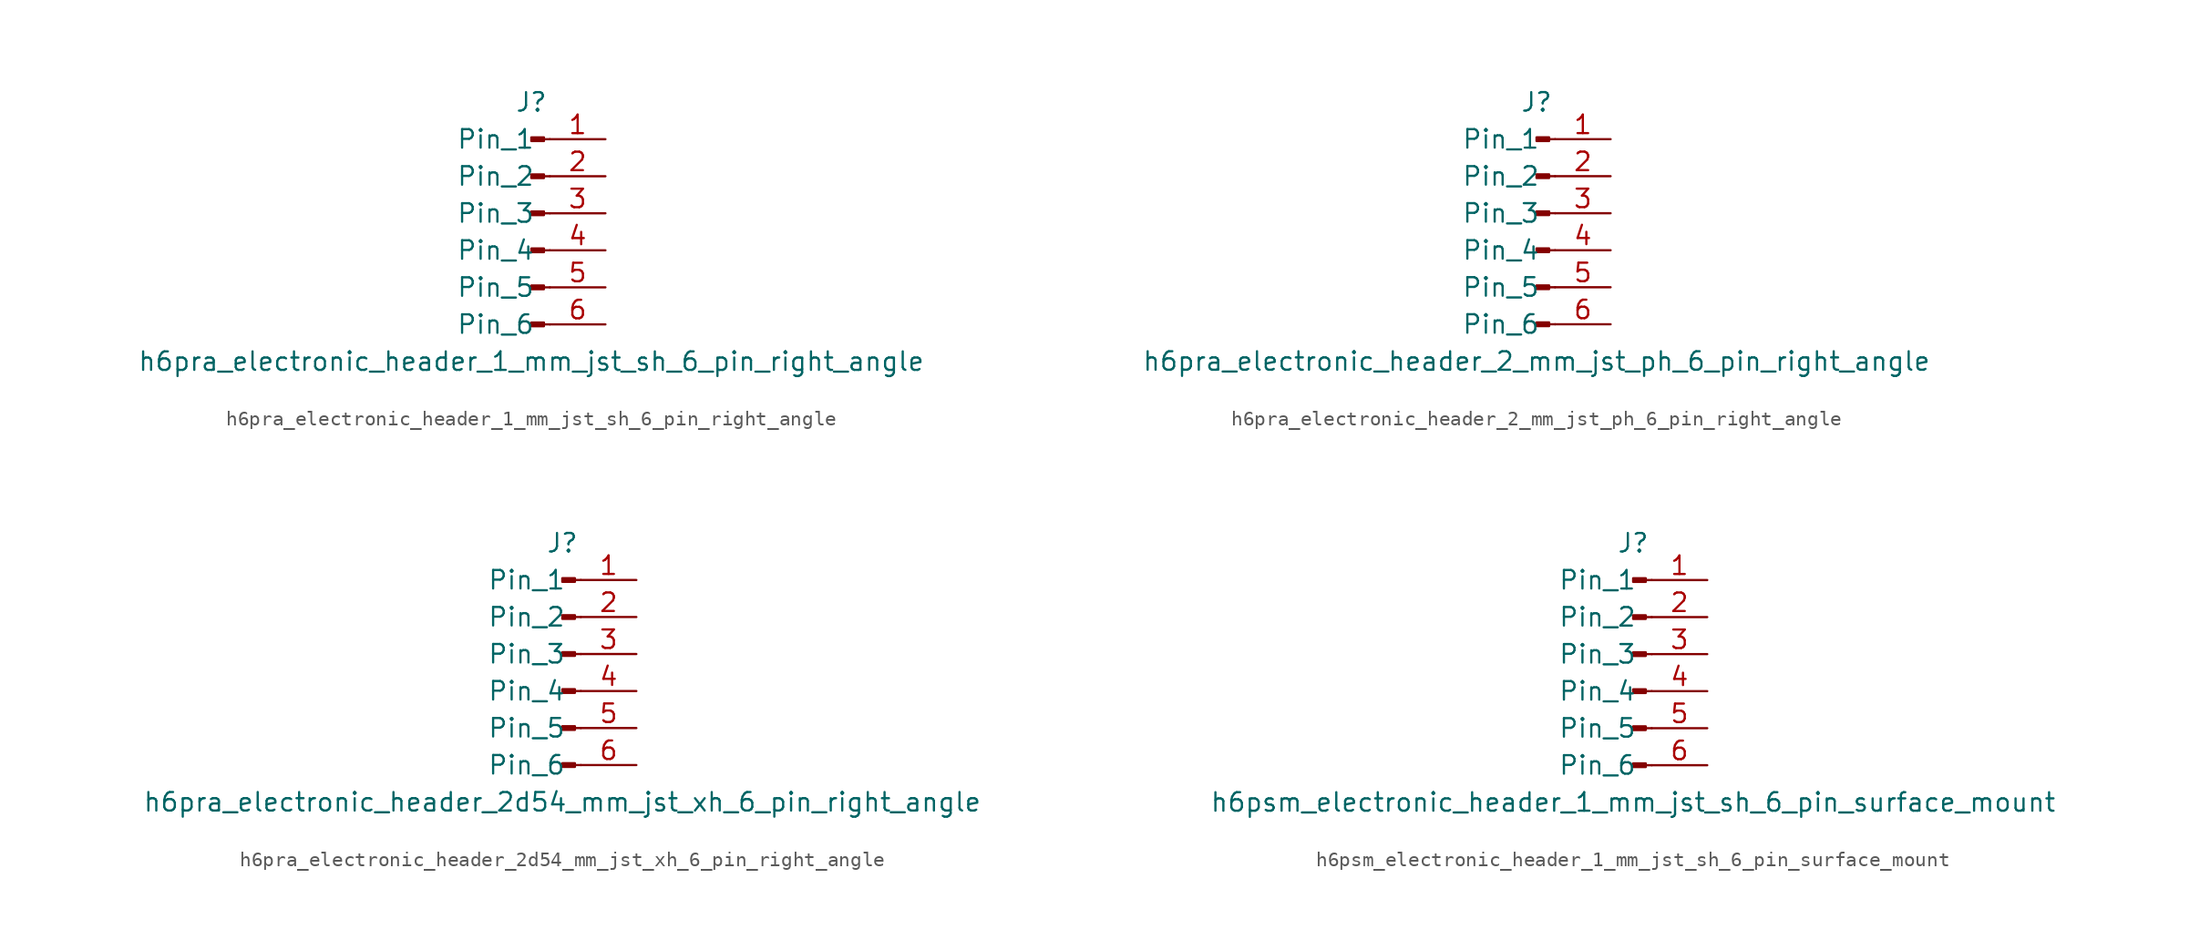
<source format=kicad_sym>
(kicad_symbol_lib
  (version 20220914)
  (generator kicad_symbol_editor)
  (symbol "h6pra_electronic_header_1_mm_jst_sh_6_pin_right_angle"
    (pin_names
      (offset 1.016))
    (property "Reference" "J"
      (at 0 7.62 0)
      (effects (font (size 1.27 1.27))))
    (property "Value" "h6pra_electronic_header_1_mm_jst_sh_6_pin_right_angle"
      (at 0 -10.16 0)
      (effects (font (size 1.27 1.27))))
    (property "ki_locked" ""
      (at 0 0 0)
      (effects (font (size 1.27 1.27))))
    (symbol "h6pra_electronic_header_1_mm_jst_sh_6_pin_right_angle_1_1"
      (polyline (pts (xy 1.27 -7.62) (xy 0.864 -7.62)) (stroke (width 0.152) (type default)) (fill (type none)))
      (polyline (pts (xy 1.27 -5.08) (xy 0.864 -5.08)) (stroke (width 0.152) (type default)) (fill (type none)))
      (polyline (pts (xy 1.27 -2.54) (xy 0.864 -2.54)) (stroke (width 0.152) (type default)) (fill (type none)))
      (polyline (pts (xy 1.27 0) (xy 0.864 0)) (stroke (width 0.152) (type default)) (fill (type none)))
      (polyline (pts (xy 1.27 2.54) (xy 0.864 2.54)) (stroke (width 0.152) (type default)) (fill (type none)))
      (polyline (pts (xy 1.27 5.08) (xy 0.864 5.08)) (stroke (width 0.152) (type default)) (fill (type none)))
      (rectangle (start 0.864 -7.493) (end 0 -7.747) (stroke (width 0.152) (type default)) (fill (type outline)))
      (rectangle (start 0.864 -4.953) (end 0 -5.207) (stroke (width 0.152) (type default)) (fill (type outline)))
      (rectangle (start 0.864 -2.413) (end 0 -2.667) (stroke (width 0.152) (type default)) (fill (type outline)))
      (rectangle (start 0.864 0.127) (end 0 -0.127) (stroke (width 0.152) (type default)) (fill (type outline)))
      (rectangle (start 0.864 2.667) (end 0 2.413) (stroke (width 0.152) (type default)) (fill (type outline)))
      (rectangle (start 0.864 5.207) (end 0 4.953) (stroke (width 0.152) (type default)) (fill (type outline)))
      (pin passive line (at 5.08 5.08 180) (length 3.81) (name "Pin_1" (effects (font (size 1.27 1.27)))) (number "1" (effects (font (size 1.27 1.27)))))
      (pin passive line (at 5.08 2.54 180) (length 3.81) (name "Pin_2" (effects (font (size 1.27 1.27)))) (number "2" (effects (font (size 1.27 1.27)))))
      (pin passive line (at 5.08 0 180) (length 3.81) (name "Pin_3" (effects (font (size 1.27 1.27)))) (number "3" (effects (font (size 1.27 1.27)))))
      (pin passive line (at 5.08 -2.54 180) (length 3.81) (name "Pin_4" (effects (font (size 1.27 1.27)))) (number "4" (effects (font (size 1.27 1.27)))))
      (pin passive line (at 5.08 -5.08 180) (length 3.81) (name "Pin_5" (effects (font (size 1.27 1.27)))) (number "5" (effects (font (size 1.27 1.27)))))
      (pin passive line (at 5.08 -7.62 180) (length 3.81) (name "Pin_6" (effects (font (size 1.27 1.27)))) (number "6" (effects (font (size 1.27 1.27)))))))
  (symbol "h6pra_electronic_header_2_mm_jst_ph_6_pin_right_angle"
    (pin_names
      (offset 1.016))
    (property "Reference" "J"
      (at 0 7.62 0)
      (effects (font (size 1.27 1.27))))
    (property "Value" "h6pra_electronic_header_2_mm_jst_ph_6_pin_right_angle"
      (at 0 -10.16 0)
      (effects (font (size 1.27 1.27))))
    (property "ki_locked" ""
      (at 0 0 0)
      (effects (font (size 1.27 1.27))))
    (symbol "h6pra_electronic_header_2_mm_jst_ph_6_pin_right_angle_1_1"
      (polyline (pts (xy 1.27 -7.62) (xy 0.864 -7.62)) (stroke (width 0.152) (type default)) (fill (type none)))
      (polyline (pts (xy 1.27 -5.08) (xy 0.864 -5.08)) (stroke (width 0.152) (type default)) (fill (type none)))
      (polyline (pts (xy 1.27 -2.54) (xy 0.864 -2.54)) (stroke (width 0.152) (type default)) (fill (type none)))
      (polyline (pts (xy 1.27 0) (xy 0.864 0)) (stroke (width 0.152) (type default)) (fill (type none)))
      (polyline (pts (xy 1.27 2.54) (xy 0.864 2.54)) (stroke (width 0.152) (type default)) (fill (type none)))
      (polyline (pts (xy 1.27 5.08) (xy 0.864 5.08)) (stroke (width 0.152) (type default)) (fill (type none)))
      (rectangle (start 0.864 -7.493) (end 0 -7.747) (stroke (width 0.152) (type default)) (fill (type outline)))
      (rectangle (start 0.864 -4.953) (end 0 -5.207) (stroke (width 0.152) (type default)) (fill (type outline)))
      (rectangle (start 0.864 -2.413) (end 0 -2.667) (stroke (width 0.152) (type default)) (fill (type outline)))
      (rectangle (start 0.864 0.127) (end 0 -0.127) (stroke (width 0.152) (type default)) (fill (type outline)))
      (rectangle (start 0.864 2.667) (end 0 2.413) (stroke (width 0.152) (type default)) (fill (type outline)))
      (rectangle (start 0.864 5.207) (end 0 4.953) (stroke (width 0.152) (type default)) (fill (type outline)))
      (pin passive line (at 5.08 5.08 180) (length 3.81) (name "Pin_1" (effects (font (size 1.27 1.27)))) (number "1" (effects (font (size 1.27 1.27)))))
      (pin passive line (at 5.08 2.54 180) (length 3.81) (name "Pin_2" (effects (font (size 1.27 1.27)))) (number "2" (effects (font (size 1.27 1.27)))))
      (pin passive line (at 5.08 0 180) (length 3.81) (name "Pin_3" (effects (font (size 1.27 1.27)))) (number "3" (effects (font (size 1.27 1.27)))))
      (pin passive line (at 5.08 -2.54 180) (length 3.81) (name "Pin_4" (effects (font (size 1.27 1.27)))) (number "4" (effects (font (size 1.27 1.27)))))
      (pin passive line (at 5.08 -5.08 180) (length 3.81) (name "Pin_5" (effects (font (size 1.27 1.27)))) (number "5" (effects (font (size 1.27 1.27)))))
      (pin passive line (at 5.08 -7.62 180) (length 3.81) (name "Pin_6" (effects (font (size 1.27 1.27)))) (number "6" (effects (font (size 1.27 1.27)))))))
  (symbol "h6pra_electronic_header_2d54_mm_jst_xh_6_pin_right_angle"
    (pin_names
      (offset 1.016))
    (property "Reference" "J"
      (at 0 7.62 0)
      (effects (font (size 1.27 1.27))))
    (property "Value" "h6pra_electronic_header_2d54_mm_jst_xh_6_pin_right_angle"
      (at 0 -10.16 0)
      (effects (font (size 1.27 1.27))))
    (property "ki_locked" ""
      (at 0 0 0)
      (effects (font (size 1.27 1.27))))
    (symbol "h6pra_electronic_header_2d54_mm_jst_xh_6_pin_right_angle_1_1"
      (polyline (pts (xy 1.27 -7.62) (xy 0.864 -7.62)) (stroke (width 0.152) (type default)) (fill (type none)))
      (polyline (pts (xy 1.27 -5.08) (xy 0.864 -5.08)) (stroke (width 0.152) (type default)) (fill (type none)))
      (polyline (pts (xy 1.27 -2.54) (xy 0.864 -2.54)) (stroke (width 0.152) (type default)) (fill (type none)))
      (polyline (pts (xy 1.27 0) (xy 0.864 0)) (stroke (width 0.152) (type default)) (fill (type none)))
      (polyline (pts (xy 1.27 2.54) (xy 0.864 2.54)) (stroke (width 0.152) (type default)) (fill (type none)))
      (polyline (pts (xy 1.27 5.08) (xy 0.864 5.08)) (stroke (width 0.152) (type default)) (fill (type none)))
      (rectangle (start 0.864 -7.493) (end 0 -7.747) (stroke (width 0.152) (type default)) (fill (type outline)))
      (rectangle (start 0.864 -4.953) (end 0 -5.207) (stroke (width 0.152) (type default)) (fill (type outline)))
      (rectangle (start 0.864 -2.413) (end 0 -2.667) (stroke (width 0.152) (type default)) (fill (type outline)))
      (rectangle (start 0.864 0.127) (end 0 -0.127) (stroke (width 0.152) (type default)) (fill (type outline)))
      (rectangle (start 0.864 2.667) (end 0 2.413) (stroke (width 0.152) (type default)) (fill (type outline)))
      (rectangle (start 0.864 5.207) (end 0 4.953) (stroke (width 0.152) (type default)) (fill (type outline)))
      (pin passive line (at 5.08 5.08 180) (length 3.81) (name "Pin_1" (effects (font (size 1.27 1.27)))) (number "1" (effects (font (size 1.27 1.27)))))
      (pin passive line (at 5.08 2.54 180) (length 3.81) (name "Pin_2" (effects (font (size 1.27 1.27)))) (number "2" (effects (font (size 1.27 1.27)))))
      (pin passive line (at 5.08 0 180) (length 3.81) (name "Pin_3" (effects (font (size 1.27 1.27)))) (number "3" (effects (font (size 1.27 1.27)))))
      (pin passive line (at 5.08 -2.54 180) (length 3.81) (name "Pin_4" (effects (font (size 1.27 1.27)))) (number "4" (effects (font (size 1.27 1.27)))))
      (pin passive line (at 5.08 -5.08 180) (length 3.81) (name "Pin_5" (effects (font (size 1.27 1.27)))) (number "5" (effects (font (size 1.27 1.27)))))
      (pin passive line (at 5.08 -7.62 180) (length 3.81) (name "Pin_6" (effects (font (size 1.27 1.27)))) (number "6" (effects (font (size 1.27 1.27)))))))
  (symbol "h6psm_electronic_header_1_mm_jst_sh_6_pin_surface_mount"
    (pin_names
      (offset 1.016))
    (property "Reference" "J"
      (at 0 7.62 0)
      (effects (font (size 1.27 1.27))))
    (property "Value" "h6psm_electronic_header_1_mm_jst_sh_6_pin_surface_mount"
      (at 0 -10.16 0)
      (effects (font (size 1.27 1.27))))
    (property "ki_locked" ""
      (at 0 0 0)
      (effects (font (size 1.27 1.27))))
    (symbol "h6psm_electronic_header_1_mm_jst_sh_6_pin_surface_mount_1_1"
      (polyline (pts (xy 1.27 -7.62) (xy 0.864 -7.62)) (stroke (width 0.152) (type default)) (fill (type none)))
      (polyline (pts (xy 1.27 -5.08) (xy 0.864 -5.08)) (stroke (width 0.152) (type default)) (fill (type none)))
      (polyline (pts (xy 1.27 -2.54) (xy 0.864 -2.54)) (stroke (width 0.152) (type default)) (fill (type none)))
      (polyline (pts (xy 1.27 0) (xy 0.864 0)) (stroke (width 0.152) (type default)) (fill (type none)))
      (polyline (pts (xy 1.27 2.54) (xy 0.864 2.54)) (stroke (width 0.152) (type default)) (fill (type none)))
      (polyline (pts (xy 1.27 5.08) (xy 0.864 5.08)) (stroke (width 0.152) (type default)) (fill (type none)))
      (rectangle (start 0.864 -7.493) (end 0 -7.747) (stroke (width 0.152) (type default)) (fill (type outline)))
      (rectangle (start 0.864 -4.953) (end 0 -5.207) (stroke (width 0.152) (type default)) (fill (type outline)))
      (rectangle (start 0.864 -2.413) (end 0 -2.667) (stroke (width 0.152) (type default)) (fill (type outline)))
      (rectangle (start 0.864 0.127) (end 0 -0.127) (stroke (width 0.152) (type default)) (fill (type outline)))
      (rectangle (start 0.864 2.667) (end 0 2.413) (stroke (width 0.152) (type default)) (fill (type outline)))
      (rectangle (start 0.864 5.207) (end 0 4.953) (stroke (width 0.152) (type default)) (fill (type outline)))
      (pin passive line (at 5.08 5.08 180) (length 3.81) (name "Pin_1" (effects (font (size 1.27 1.27)))) (number "1" (effects (font (size 1.27 1.27)))))
      (pin passive line (at 5.08 2.54 180) (length 3.81) (name "Pin_2" (effects (font (size 1.27 1.27)))) (number "2" (effects (font (size 1.27 1.27)))))
      (pin passive line (at 5.08 0 180) (length 3.81) (name "Pin_3" (effects (font (size 1.27 1.27)))) (number "3" (effects (font (size 1.27 1.27)))))
      (pin passive line (at 5.08 -2.54 180) (length 3.81) (name "Pin_4" (effects (font (size 1.27 1.27)))) (number "4" (effects (font (size 1.27 1.27)))))
      (pin passive line (at 5.08 -5.08 180) (length 3.81) (name "Pin_5" (effects (font (size 1.27 1.27)))) (number "5" (effects (font (size 1.27 1.27)))))
      (pin passive line (at 5.08 -7.62 180) (length 3.81) (name "Pin_6" (effects (font (size 1.27 1.27)))) (number "6" (effects (font (size 1.27 1.27))))))))
</source>
